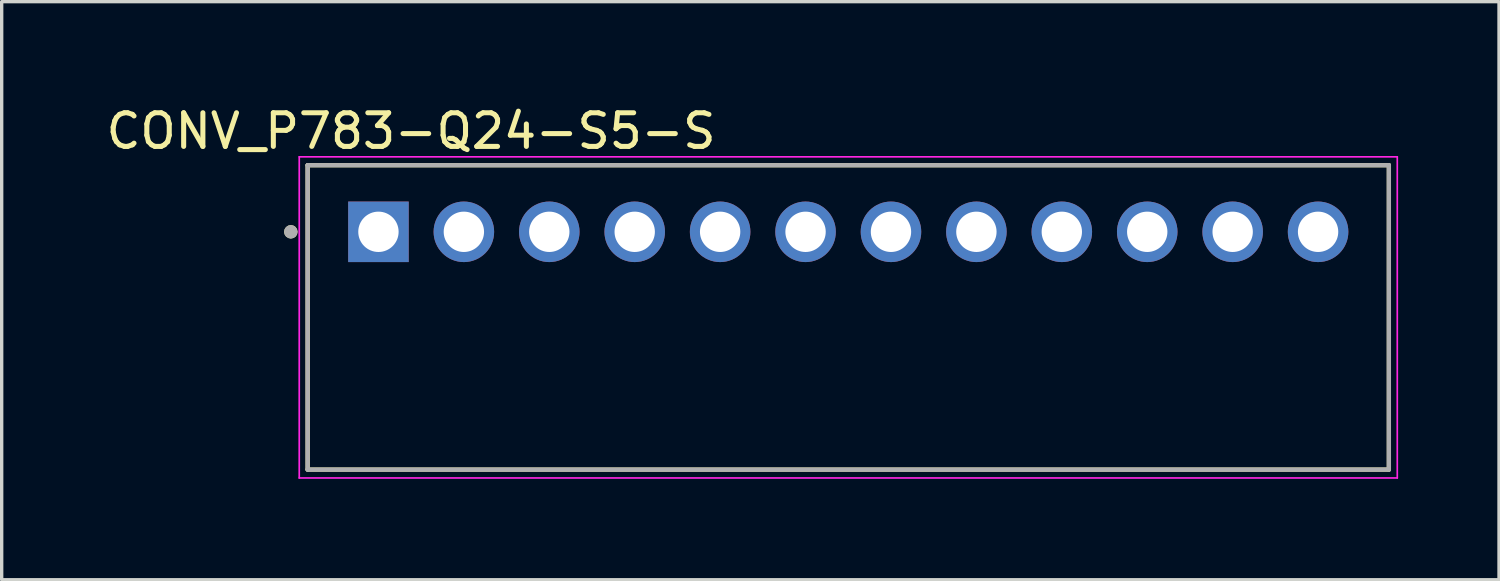
<source format=kicad_pcb>
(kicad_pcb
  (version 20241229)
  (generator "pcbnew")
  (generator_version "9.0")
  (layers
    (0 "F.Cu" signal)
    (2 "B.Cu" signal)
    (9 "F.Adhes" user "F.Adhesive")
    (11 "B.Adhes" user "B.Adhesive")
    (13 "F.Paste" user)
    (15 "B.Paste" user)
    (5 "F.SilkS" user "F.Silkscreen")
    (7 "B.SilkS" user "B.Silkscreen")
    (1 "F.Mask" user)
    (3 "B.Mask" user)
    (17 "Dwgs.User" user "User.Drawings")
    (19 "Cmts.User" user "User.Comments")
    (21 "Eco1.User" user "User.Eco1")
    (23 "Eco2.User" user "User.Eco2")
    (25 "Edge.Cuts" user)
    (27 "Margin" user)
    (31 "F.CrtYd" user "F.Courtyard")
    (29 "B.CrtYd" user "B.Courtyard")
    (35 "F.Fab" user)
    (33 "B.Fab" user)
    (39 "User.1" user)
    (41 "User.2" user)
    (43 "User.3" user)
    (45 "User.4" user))
  (footprint "CONV_P783-Q24-S5-S"
    (layer "F.Cu")
    (at 22.173 6.388)
    (property "Reference" "CONV_P783-Q24-S5-S" (at -13 -5.54 0) (layer "F.SilkS") (effects (font (size 1 1) (thickness 0.15))))
    (attr through_hole)
    (fp_line (start -16.075 -4.525) (end -16.075 4.525) (stroke (width 0.127) (type solid)) (layer "F.SilkS"))
    (fp_line (start -16.075 4.525) (end 16.075 4.525) (stroke (width 0.127) (type solid)) (layer "F.SilkS"))
    (fp_line (start 16.075 -4.525) (end -16.075 -4.525) (stroke (width 0.127) (type solid)) (layer "F.SilkS"))
    (fp_line (start 16.075 4.525) (end 16.075 -4.525) (stroke (width 0.127) (type solid)) (layer "F.SilkS"))
    (fp_circle (center -16.575 -2.545) (end -16.475 -2.545) (stroke (width 0.2) (type solid)) (fill no) (layer "F.SilkS"))
    (fp_line (start -16.325 -4.775) (end -16.325 4.775) (stroke (width 0.05) (type solid)) (layer "F.CrtYd"))
    (fp_line (start -16.325 4.775) (end 16.325 4.775) (stroke (width 0.05) (type solid)) (layer "F.CrtYd"))
    (fp_line (start 16.325 -4.775) (end -16.325 -4.775) (stroke (width 0.05) (type solid)) (layer "F.CrtYd"))
    (fp_line (start 16.325 4.775) (end 16.325 -4.775) (stroke (width 0.05) (type solid)) (layer "F.CrtYd"))
    (fp_line (start -16.075 -4.525) (end -16.075 4.525) (stroke (width 0.127) (type solid)) (layer "F.Fab"))
    (fp_line (start -16.075 4.525) (end 16.075 4.525) (stroke (width 0.127) (type solid)) (layer "F.Fab"))
    (fp_line (start 16.075 -4.525) (end -16.075 -4.525) (stroke (width 0.127) (type solid)) (layer "F.Fab"))
    (fp_line (start 16.075 4.525) (end 16.075 -4.525) (stroke (width 0.127) (type solid)) (layer "F.Fab"))
    (fp_circle (center -16.575 -2.545) (end -16.475 -2.545) (stroke (width 0.2) (type solid)) (fill no) (layer "F.Fab"))
    (pad "1" thru_hole rect (at -13.97 -2.545) (size 1.8 1.8) (drill 1.2) (layers "*.Cu" "*.Mask"))
    (pad "2" thru_hole circle (at -11.43 -2.545) (size 1.8 1.8) (drill 1.2) (layers "*.Cu" "*.Mask"))
    (pad "3" thru_hole circle (at -8.89 -2.545) (size 1.8 1.8) (drill 1.2) (layers "*.Cu" "*.Mask"))
    (pad "4" thru_hole circle (at -6.35 -2.545) (size 1.8 1.8) (drill 1.2) (layers "*.Cu" "*.Mask"))
    (pad "5" thru_hole circle (at -3.81 -2.545) (size 1.8 1.8) (drill 1.2) (layers "*.Cu" "*.Mask"))
    (pad "6" thru_hole circle (at -1.27 -2.545) (size 1.8 1.8) (drill 1.2) (layers "*.Cu" "*.Mask"))
    (pad "7" thru_hole circle (at 1.27 -2.545) (size 1.8 1.8) (drill 1.2) (layers "*.Cu" "*.Mask"))
    (pad "8" thru_hole circle (at 3.81 -2.545) (size 1.8 1.8) (drill 1.2) (layers "*.Cu" "*.Mask"))
    (pad "9" thru_hole circle (at 6.35 -2.545) (size 1.8 1.8) (drill 1.2) (layers "*.Cu" "*.Mask"))
    (pad "10" thru_hole circle (at 8.89 -2.545) (size 1.8 1.8) (drill 1.2) (layers "*.Cu" "*.Mask"))
    (pad "11" thru_hole circle (at 11.43 -2.545) (size 1.8 1.8) (drill 1.2) (layers "*.Cu" "*.Mask"))
    (pad "12" thru_hole circle (at 13.97 -2.545) (size 1.8 1.8) (drill 1.2) (layers "*.Cu" "*.Mask")))
  (gr_rect
    (start -3 -3)
    (end 41.523 14.188)
    (stroke (width 0.1) (type default))
    (fill no)
    (layer "Edge.Cuts")))
</source>
